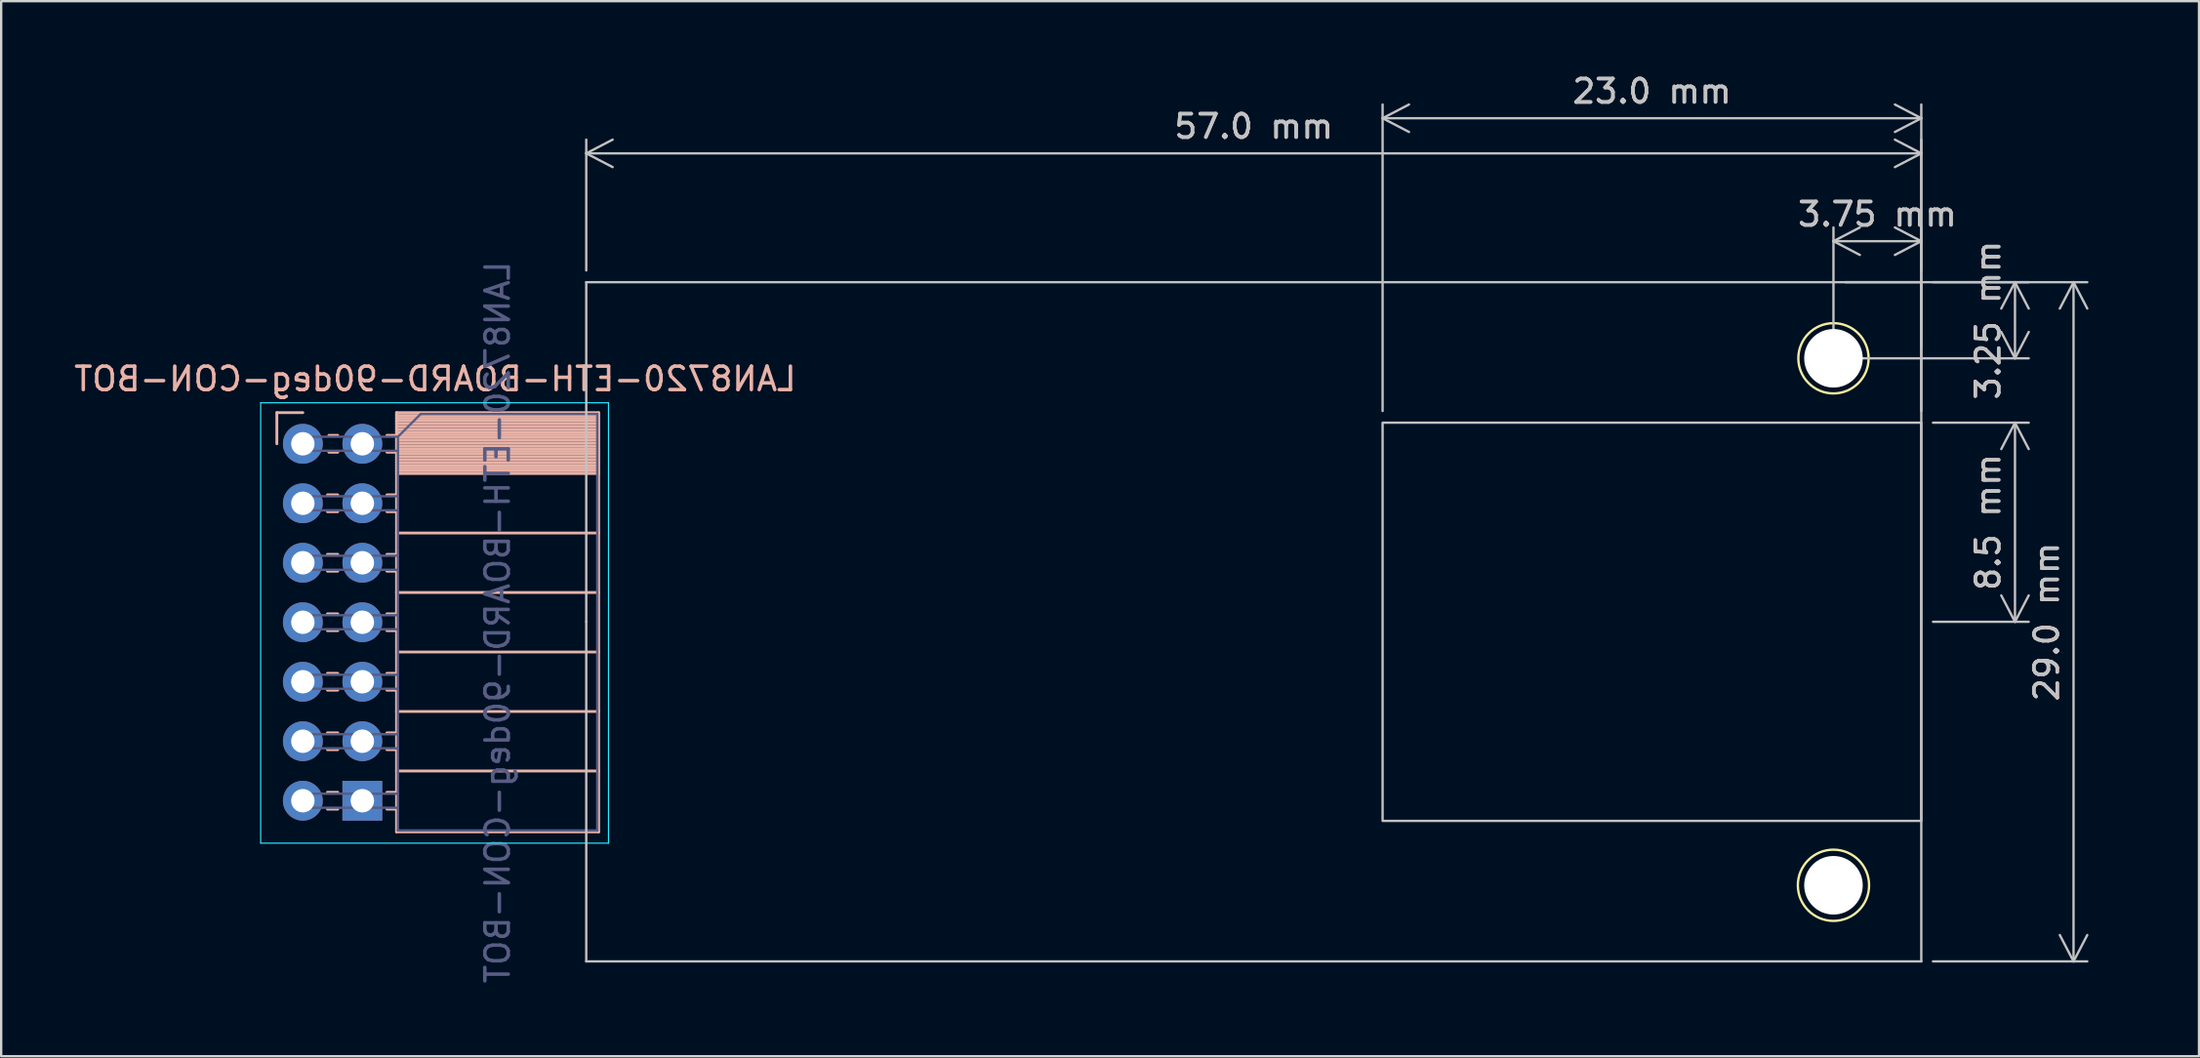
<source format=kicad_pcb>
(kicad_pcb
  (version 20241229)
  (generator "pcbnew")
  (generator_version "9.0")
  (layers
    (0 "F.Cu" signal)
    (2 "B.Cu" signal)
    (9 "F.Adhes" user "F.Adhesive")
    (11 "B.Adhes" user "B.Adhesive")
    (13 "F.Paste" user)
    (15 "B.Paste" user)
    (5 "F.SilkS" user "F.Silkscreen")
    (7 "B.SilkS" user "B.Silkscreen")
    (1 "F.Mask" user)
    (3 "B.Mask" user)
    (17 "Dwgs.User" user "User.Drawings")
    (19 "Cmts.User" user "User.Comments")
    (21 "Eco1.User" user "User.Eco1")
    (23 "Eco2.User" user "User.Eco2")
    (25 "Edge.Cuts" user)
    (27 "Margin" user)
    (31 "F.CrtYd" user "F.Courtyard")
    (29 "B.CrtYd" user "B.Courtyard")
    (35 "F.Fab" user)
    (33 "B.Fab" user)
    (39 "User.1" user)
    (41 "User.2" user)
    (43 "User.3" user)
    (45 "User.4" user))
  (footprint "LAN8720-ETH-BOARD-90deg-CON-BOT"
    (layer "F.Cu")
    (at 9.88 15.898)
    (property "Reference" "LAN8720-ETH-BOARD-90deg-CON-BOT" (at 5.65 -2.77 0) (layer "B.SilkS") (effects (font (size 1 1) (thickness 0.15)) (justify mirror)))
    (attr through_hole)
    (fp_circle (center 65.35 -3.65) (end 66.85 -3.65) (stroke (width 0.1) (type default)) (fill no) (layer "F.SilkS"))
    (fp_circle (center 65.35 18.85) (end 66.85 19.1) (stroke (width 0.1) (type default)) (fill no) (layer "F.SilkS"))
    (fp_line (start -1.11 -1.33) (end -1.11 0) (stroke (width 0.12) (type solid)) (layer "B.SilkS"))
    (fp_line (start 0 -1.33) (end -1.11 -1.33) (stroke (width 0.12) (type solid)) (layer "B.SilkS"))
    (fp_line (start 1.49 -0.36) (end 1.11 -0.36) (stroke (width 0.12) (type solid)) (layer "B.SilkS"))
    (fp_line (start 1.49 0.36) (end 1.11 0.36) (stroke (width 0.12) (type solid)) (layer "B.SilkS"))
    (fp_line (start 1.49 2.18) (end 1.05 2.18) (stroke (width 0.12) (type solid)) (layer "B.SilkS"))
    (fp_line (start 1.49 2.9) (end 1.05 2.9) (stroke (width 0.12) (type solid)) (layer "B.SilkS"))
    (fp_line (start 1.49 4.72) (end 1.05 4.72) (stroke (width 0.12) (type solid)) (layer "B.SilkS"))
    (fp_line (start 1.49 5.44) (end 1.05 5.44) (stroke (width 0.12) (type solid)) (layer "B.SilkS"))
    (fp_line (start 1.49 7.26) (end 1.05 7.26) (stroke (width 0.12) (type solid)) (layer "B.SilkS"))
    (fp_line (start 1.49 7.98) (end 1.05 7.98) (stroke (width 0.12) (type solid)) (layer "B.SilkS"))
    (fp_line (start 1.49 9.8) (end 1.05 9.8) (stroke (width 0.12) (type solid)) (layer "B.SilkS"))
    (fp_line (start 1.49 10.52) (end 1.05 10.52) (stroke (width 0.12) (type solid)) (layer "B.SilkS"))
    (fp_line (start 1.49 12.34) (end 1.05 12.34) (stroke (width 0.12) (type solid)) (layer "B.SilkS"))
    (fp_line (start 1.49 13.06) (end 1.05 13.06) (stroke (width 0.12) (type solid)) (layer "B.SilkS"))
    (fp_line (start 1.49 14.88) (end 1.05 14.88) (stroke (width 0.12) (type solid)) (layer "B.SilkS"))
    (fp_line (start 1.49 15.6) (end 1.05 15.6) (stroke (width 0.12) (type solid)) (layer "B.SilkS"))
    (fp_line (start 4 -1.33) (end 4 16.57) (stroke (width 0.12) (type solid)) (layer "B.SilkS"))
    (fp_line (start 4 -0.36) (end 3.59 -0.36) (stroke (width 0.12) (type solid)) (layer "B.SilkS"))
    (fp_line (start 4 0.36) (end 3.59 0.36) (stroke (width 0.12) (type solid)) (layer "B.SilkS"))
    (fp_line (start 4 2.18) (end 3.59 2.18) (stroke (width 0.12) (type solid)) (layer "B.SilkS"))
    (fp_line (start 4 2.9) (end 3.59 2.9) (stroke (width 0.12) (type solid)) (layer "B.SilkS"))
    (fp_line (start 4 4.72) (end 3.59 4.72) (stroke (width 0.12) (type solid)) (layer "B.SilkS"))
    (fp_line (start 4 5.44) (end 3.59 5.44) (stroke (width 0.12) (type solid)) (layer "B.SilkS"))
    (fp_line (start 4 7.26) (end 3.59 7.26) (stroke (width 0.12) (type solid)) (layer "B.SilkS"))
    (fp_line (start 4 7.98) (end 3.59 7.98) (stroke (width 0.12) (type solid)) (layer "B.SilkS"))
    (fp_line (start 4 9.8) (end 3.59 9.8) (stroke (width 0.12) (type solid)) (layer "B.SilkS"))
    (fp_line (start 4 10.52) (end 3.59 10.52) (stroke (width 0.12) (type solid)) (layer "B.SilkS"))
    (fp_line (start 4 12.34) (end 3.59 12.34) (stroke (width 0.12) (type solid)) (layer "B.SilkS"))
    (fp_line (start 4 13.06) (end 3.59 13.06) (stroke (width 0.12) (type solid)) (layer "B.SilkS"))
    (fp_line (start 4 14.88) (end 3.59 14.88) (stroke (width 0.12) (type solid)) (layer "B.SilkS"))
    (fp_line (start 4 15.6) (end 3.59 15.6) (stroke (width 0.12) (type solid)) (layer "B.SilkS"))
    (fp_line (start 12.63 -1.33) (end 4 -1.33) (stroke (width 0.12) (type solid)) (layer "B.SilkS"))
    (fp_line (start 12.63 -1.33) (end 12.63 16.57) (stroke (width 0.12) (type solid)) (layer "B.SilkS"))
    (fp_line (start 12.63 -1.21) (end 4 -1.21) (stroke (width 0.12) (type solid)) (layer "B.SilkS"))
    (fp_line (start 12.63 -1.092) (end 4 -1.092) (stroke (width 0.12) (type solid)) (layer "B.SilkS"))
    (fp_line (start 12.63 -0.974) (end 4 -0.974) (stroke (width 0.12) (type solid)) (layer "B.SilkS"))
    (fp_line (start 12.63 -0.856) (end 4 -0.856) (stroke (width 0.12) (type solid)) (layer "B.SilkS"))
    (fp_line (start 12.63 -0.738) (end 4 -0.738) (stroke (width 0.12) (type solid)) (layer "B.SilkS"))
    (fp_line (start 12.63 -0.62) (end 4 -0.62) (stroke (width 0.12) (type solid)) (layer "B.SilkS"))
    (fp_line (start 12.63 -0.501) (end 4 -0.501) (stroke (width 0.12) (type solid)) (layer "B.SilkS"))
    (fp_line (start 12.63 -0.383) (end 4 -0.383) (stroke (width 0.12) (type solid)) (layer "B.SilkS"))
    (fp_line (start 12.63 -0.265) (end 4 -0.265) (stroke (width 0.12) (type solid)) (layer "B.SilkS"))
    (fp_line (start 12.63 -0.147) (end 4 -0.147) (stroke (width 0.12) (type solid)) (layer "B.SilkS"))
    (fp_line (start 12.63 -0.029) (end 4 -0.029) (stroke (width 0.12) (type solid)) (layer "B.SilkS"))
    (fp_line (start 12.63 0.089) (end 4 0.089) (stroke (width 0.12) (type solid)) (layer "B.SilkS"))
    (fp_line (start 12.63 0.207) (end 4 0.207) (stroke (width 0.12) (type solid)) (layer "B.SilkS"))
    (fp_line (start 12.63 0.325) (end 4 0.325) (stroke (width 0.12) (type solid)) (layer "B.SilkS"))
    (fp_line (start 12.63 0.443) (end 4 0.443) (stroke (width 0.12) (type solid)) (layer "B.SilkS"))
    (fp_line (start 12.63 0.561) (end 4 0.561) (stroke (width 0.12) (type solid)) (layer "B.SilkS"))
    (fp_line (start 12.63 0.68) (end 4 0.68) (stroke (width 0.12) (type solid)) (layer "B.SilkS"))
    (fp_line (start 12.63 0.798) (end 4 0.798) (stroke (width 0.12) (type solid)) (layer "B.SilkS"))
    (fp_line (start 12.63 0.916) (end 4 0.916) (stroke (width 0.12) (type solid)) (layer "B.SilkS"))
    (fp_line (start 12.63 1.034) (end 4 1.034) (stroke (width 0.12) (type solid)) (layer "B.SilkS"))
    (fp_line (start 12.63 1.152) (end 4 1.152) (stroke (width 0.12) (type solid)) (layer "B.SilkS"))
    (fp_line (start 12.63 1.27) (end 4 1.27) (stroke (width 0.12) (type solid)) (layer "B.SilkS"))
    (fp_line (start 12.63 3.81) (end 4 3.81) (stroke (width 0.12) (type solid)) (layer "B.SilkS"))
    (fp_line (start 12.63 6.35) (end 4 6.35) (stroke (width 0.12) (type solid)) (layer "B.SilkS"))
    (fp_line (start 12.63 8.89) (end 4 8.89) (stroke (width 0.12) (type solid)) (layer "B.SilkS"))
    (fp_line (start 12.63 11.43) (end 4 11.43) (stroke (width 0.12) (type solid)) (layer "B.SilkS"))
    (fp_line (start 12.63 13.97) (end 4 13.97) (stroke (width 0.12) (type solid)) (layer "B.SilkS"))
    (fp_line (start 12.63 16.57) (end 4 16.57) (stroke (width 0.12) (type solid)) (layer "B.SilkS"))
    (fp_line (start 12.1 -6.9) (end 69.1 -6.9) (stroke (width 0.1) (type default)) (layer "Dwgs.User"))
    (fp_line (start 12.1 7.6) (end 12.1 -6.9) (stroke (width 0.1) (type default)) (layer "Dwgs.User"))
    (fp_line (start 12.1 22.1) (end 12.1 7.6) (stroke (width 0.1) (type default)) (layer "Dwgs.User"))
    (fp_line (start 69.1 -6.9) (end 69.1 22.1) (stroke (width 0.1) (type default)) (layer "Dwgs.User"))
    (fp_line (start 69.1 22.1) (end 12.1 22.1) (stroke (width 0.1) (type default)) (layer "Dwgs.User"))
    (fp_rect (start 69.1 -0.9) (end 46.1 16.1) (stroke (width 0.1) (type default)) (fill no) (layer "Dwgs.User"))
    (fp_line (start -1.8 -1.75) (end 13.05 -1.75) (stroke (width 0.05) (type solid)) (layer "B.CrtYd"))
    (fp_line (start -1.8 17.05) (end -1.8 -1.75) (stroke (width 0.05) (type solid)) (layer "B.CrtYd"))
    (fp_line (start 13.05 -1.75) (end 13.05 17.05) (stroke (width 0.05) (type solid)) (layer "B.CrtYd"))
    (fp_line (start 13.05 17.05) (end -1.8 17.05) (stroke (width 0.05) (type solid)) (layer "B.CrtYd"))
    (fp_line (start 0 -0.3) (end 4.06 -0.3) (stroke (width 0.1) (type solid)) (layer "B.Fab"))
    (fp_line (start 0 0.3) (end 0 -0.3) (stroke (width 0.1) (type solid)) (layer "B.Fab"))
    (fp_line (start 0 2.24) (end 4.06 2.24) (stroke (width 0.1) (type solid)) (layer "B.Fab"))
    (fp_line (start 0 2.84) (end 0 2.24) (stroke (width 0.1) (type solid)) (layer "B.Fab"))
    (fp_line (start 0 4.78) (end 4.06 4.78) (stroke (width 0.1) (type solid)) (layer "B.Fab"))
    (fp_line (start 0 5.38) (end 0 4.78) (stroke (width 0.1) (type solid)) (layer "B.Fab"))
    (fp_line (start 0 7.32) (end 4.06 7.32) (stroke (width 0.1) (type solid)) (layer "B.Fab"))
    (fp_line (start 0 7.92) (end 0 7.32) (stroke (width 0.1) (type solid)) (layer "B.Fab"))
    (fp_line (start 0 9.86) (end 4.06 9.86) (stroke (width 0.1) (type solid)) (layer "B.Fab"))
    (fp_line (start 0 10.46) (end 0 9.86) (stroke (width 0.1) (type solid)) (layer "B.Fab"))
    (fp_line (start 0 12.4) (end 4.06 12.4) (stroke (width 0.1) (type solid)) (layer "B.Fab"))
    (fp_line (start 0 13) (end 0 12.4) (stroke (width 0.1) (type solid)) (layer "B.Fab"))
    (fp_line (start 0 14.94) (end 4.06 14.94) (stroke (width 0.1) (type solid)) (layer "B.Fab"))
    (fp_line (start 0 15.54) (end 0 14.94) (stroke (width 0.1) (type solid)) (layer "B.Fab"))
    (fp_line (start 4.06 -0.3) (end 4.06 16.51) (stroke (width 0.1) (type solid)) (layer "B.Fab"))
    (fp_line (start 4.06 0.3) (end 0 0.3) (stroke (width 0.1) (type solid)) (layer "B.Fab"))
    (fp_line (start 4.06 2.84) (end 0 2.84) (stroke (width 0.1) (type solid)) (layer "B.Fab"))
    (fp_line (start 4.06 5.38) (end 0 5.38) (stroke (width 0.1) (type solid)) (layer "B.Fab"))
    (fp_line (start 4.06 7.92) (end 0 7.92) (stroke (width 0.1) (type solid)) (layer "B.Fab"))
    (fp_line (start 4.06 10.46) (end 0 10.46) (stroke (width 0.1) (type solid)) (layer "B.Fab"))
    (fp_line (start 4.06 13) (end 0 13) (stroke (width 0.1) (type solid)) (layer "B.Fab"))
    (fp_line (start 4.06 15.54) (end 0 15.54) (stroke (width 0.1) (type solid)) (layer "B.Fab"))
    (fp_line (start 4.06 16.51) (end 12.57 16.51) (stroke (width 0.1) (type solid)) (layer "B.Fab"))
    (fp_line (start 5.03 -1.27) (end 4.06 -0.3) (stroke (width 0.1) (type solid)) (layer "B.Fab"))
    (fp_line (start 12.57 -1.27) (end 5.03 -1.27) (stroke (width 0.1) (type solid)) (layer "B.Fab"))
    (fp_line (start 12.57 16.51) (end 12.57 -1.27) (stroke (width 0.1) (type solid)) (layer "B.Fab"))
    (fp_text user "${REFERENCE}" (at 8.315 7.62 270) (layer "B.Fab") (effects (font (size 1 1) (thickness 0.15)) (justify mirror)))
    (dimension (type aligned) (layer "Dwgs.User") (pts (xy 75.23 12.248) (xy 75.23 8.998)) (height 7.75) (format (prefix "") (suffix "") (units 3) (units_format 1) (precision 2)) (style (thickness 0.1) (arrow_length 1.27) (text_position_mode 0) (arrow_direction outward) (extension_height 0.586) (extension_offset 0.5) (keep_text_aligned yes)) (gr_text "3.25 mm" (at 81.83 10.623 90) (layer "Dwgs.User") (effects (font (size 1 1) (thickness 0.15)))))
    (dimension (type aligned) (layer "Dwgs.User") (pts (xy 78.98 14.998) (xy 55.98 14.998)) (height 13) (format (prefix "") (suffix "") (units 3) (units_format 1) (precision 1)) (style (thickness 0.1) (arrow_length 1.27) (text_position_mode 0) (arrow_direction outward) (extension_height 0.586) (extension_offset 0.5) (keep_text_aligned yes)) (gr_text "23.0 mm" (at 67.48 0.848 0) (layer "Dwgs.User") (effects (font (size 1 1) (thickness 0.15)))))
    (dimension (type aligned) (layer "Dwgs.User") (pts (xy 75.23 12.248) (xy 78.98 12.248)) (height -5) (format (prefix "") (suffix "") (units 3) (units_format 1) (precision 2)) (style (thickness 0.1) (arrow_length 1.27) (text_position_mode 0) (arrow_direction outward) (extension_height 0.586) (extension_offset 0.5) (keep_text_aligned yes)) (gr_text "3.75 mm" (at 77.105 6.098 0) (layer "Dwgs.User") (effects (font (size 1 1) (thickness 0.15)))))
    (dimension (type aligned) (layer "Dwgs.User") (pts (xy 78.98 8.998) (xy 78.98 37.998)) (height -6.5) (format (prefix "") (suffix "") (units 3) (units_format 1) (precision 1)) (style (thickness 0.1) (arrow_length 1.27) (text_position_mode 0) (arrow_direction outward) (extension_height 0.586) (extension_offset 0.5) (keep_text_aligned yes)) (gr_text "29.0 mm" (at 84.33 23.498 90) (layer "Dwgs.User") (effects (font (size 1 1) (thickness 0.15)))))
    (dimension (type aligned) (layer "Dwgs.User") (pts (xy 78.98 23.498) (xy 78.98 14.998)) (height 4) (format (prefix "") (suffix "") (units 3) (units_format 1) (precision 1)) (style (thickness 0.1) (arrow_length 1.27) (text_position_mode 0) (arrow_direction outward) (extension_height 0.586) (extension_offset 0.5) (keep_text_aligned yes)) (gr_text "8.5 mm" (at 81.83 19.248 90) (layer "Dwgs.User") (effects (font (size 1 1) (thickness 0.15)))))
    (dimension (type aligned) (layer "Dwgs.User") (pts (xy 21.98 8.998) (xy 78.98 8.998)) (height -5.5) (format (prefix "") (suffix "") (units 3) (units_format 1) (precision 1)) (style (thickness 0.1) (arrow_length 1.27) (text_position_mode 0) (arrow_direction outward) (extension_height 0.586) (extension_offset 0.5) (keep_text_aligned yes)) (gr_text "57.0 mm" (at 50.48 2.348 0) (layer "Dwgs.User") (effects (font (size 1 1) (thickness 0.15)))))
    (pad "" np_thru_hole circle (at 65.35 -3.65) (size 2.5 2.5) (drill 2.5) (layers "*.Cu" "*.Mask"))
    (pad "" np_thru_hole circle (at 65.35 18.85) (size 2.5 2.5) (drill 2.5) (layers "*.Cu" "*.Mask"))
    (pad "1" thru_hole rect (at 2.54 15.24) (size 1.7 1.7) (drill 1) (layers "*.Cu" "*.Mask"))
    (pad "2" thru_hole oval (at 0 15.24) (size 1.7 1.7) (drill 1) (layers "*.Cu" "*.Mask"))
    (pad "3" thru_hole oval (at 2.54 12.7) (size 1.7 1.7) (drill 1) (layers "*.Cu" "*.Mask"))
    (pad "4" thru_hole oval (at 0 12.7) (size 1.7 1.7) (drill 1) (layers "*.Cu" "*.Mask"))
    (pad "5" thru_hole oval (at 2.54 10.16) (size 1.7 1.7) (drill 1) (layers "*.Cu" "*.Mask"))
    (pad "6" thru_hole oval (at 0 10.16) (size 1.7 1.7) (drill 1) (layers "*.Cu" "*.Mask"))
    (pad "7" thru_hole oval (at 2.54 7.62) (size 1.7 1.7) (drill 1) (layers "*.Cu" "*.Mask"))
    (pad "8" thru_hole oval (at 0 7.62) (size 1.7 1.7) (drill 1) (layers "*.Cu" "*.Mask"))
    (pad "9" thru_hole oval (at 2.54 5.08) (size 1.7 1.7) (drill 1) (layers "*.Cu" "*.Mask"))
    (pad "10" thru_hole oval (at 0 5.08) (size 1.7 1.7) (drill 1) (layers "*.Cu" "*.Mask"))
    (pad "11" thru_hole oval (at 2.54 2.54) (size 1.7 1.7) (drill 1) (layers "*.Cu" "*.Mask"))
    (pad "12" thru_hole oval (at 0 2.54) (size 1.7 1.7) (drill 1) (layers "*.Cu" "*.Mask"))
    (pad "13" thru_hole oval (at 2.54 0) (size 1.7 1.7) (drill 1) (layers "*.Cu" "*.Mask"))
    (pad "14" thru_hole oval (at 0 0) (size 1.7 1.7) (drill 1) (layers "*.Cu" "*.Mask")))
  (gr_rect
    (start -3 -3)
    (end 90.836 42.048)
    (stroke (width 0.1) (type default))
    (fill no)
    (layer "Edge.Cuts")))
</source>
